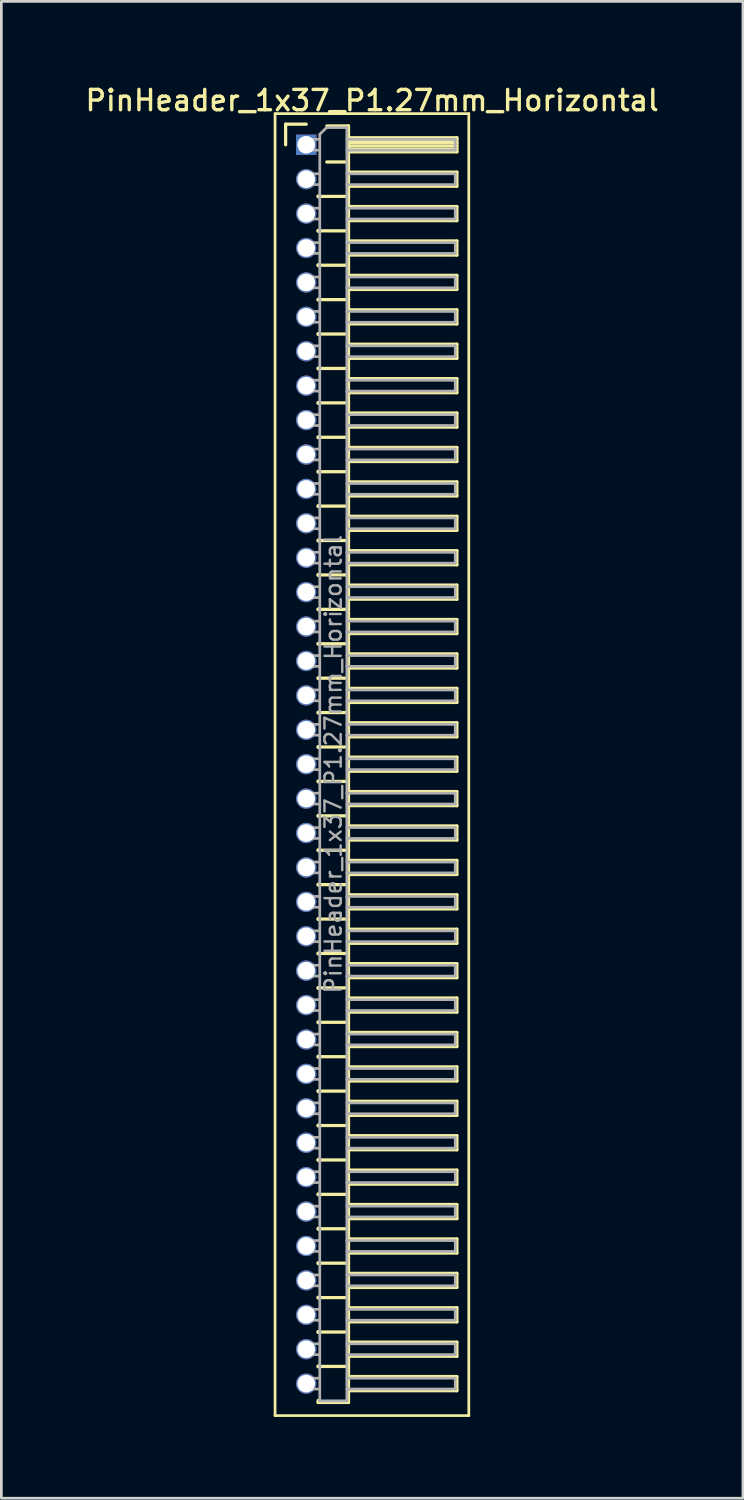
<source format=kicad_pcb>
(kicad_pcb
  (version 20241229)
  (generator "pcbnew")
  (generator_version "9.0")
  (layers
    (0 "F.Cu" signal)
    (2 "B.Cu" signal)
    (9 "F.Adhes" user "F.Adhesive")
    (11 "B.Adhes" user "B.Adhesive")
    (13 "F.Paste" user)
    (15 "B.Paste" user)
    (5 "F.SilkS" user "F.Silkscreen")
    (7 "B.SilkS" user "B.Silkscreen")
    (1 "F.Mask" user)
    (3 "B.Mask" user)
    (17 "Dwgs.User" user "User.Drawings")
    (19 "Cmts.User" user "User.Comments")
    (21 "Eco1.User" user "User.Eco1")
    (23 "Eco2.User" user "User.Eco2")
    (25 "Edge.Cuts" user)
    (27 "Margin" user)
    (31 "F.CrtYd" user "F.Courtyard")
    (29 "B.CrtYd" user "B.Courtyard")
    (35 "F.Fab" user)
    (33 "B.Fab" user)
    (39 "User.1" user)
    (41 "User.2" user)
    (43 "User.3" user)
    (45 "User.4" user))
  (footprint "PinHeader_1x37_P1.27mm_Horizontal"
    (layer "F.Cu")
    (at 8.251 2.293)
    (property "Reference" "PinHeader_1x37_P1.27mm_Horizontal" (at 2.433 -1.635 0) (layer "F.SilkS") (effects (font (size 0.75 0.75) (thickness 0.125))))
    (attr through_hole)
    (fp_line (start -1.15 -1.15) (end -1.15 46.9) (stroke (width 0.1) (type solid)) (layer "F.SilkS"))
    (fp_line (start -1.15 46.9) (end 6 46.9) (stroke (width 0.1) (type solid)) (layer "F.SilkS"))
    (fp_line (start -0.76 -0.76) (end 0 -0.76) (stroke (width 0.12) (type solid)) (layer "F.SilkS"))
    (fp_line (start -0.76 0) (end -0.76 -0.76) (stroke (width 0.12) (type solid)) (layer "F.SilkS"))
    (fp_line (start 0.44 1.89) (end 0.44 1.92) (stroke (width 0.12) (type solid)) (layer "F.SilkS"))
    (fp_line (start 0.44 1.905) (end 1.56 1.905) (stroke (width 0.12) (type solid)) (layer "F.SilkS"))
    (fp_line (start 0.44 3.16) (end 0.44 3.19) (stroke (width 0.12) (type solid)) (layer "F.SilkS"))
    (fp_line (start 0.44 3.175) (end 1.56 3.175) (stroke (width 0.12) (type solid)) (layer "F.SilkS"))
    (fp_line (start 0.44 4.43) (end 0.44 4.46) (stroke (width 0.12) (type solid)) (layer "F.SilkS"))
    (fp_line (start 0.44 4.445) (end 1.56 4.445) (stroke (width 0.12) (type solid)) (layer "F.SilkS"))
    (fp_line (start 0.44 5.7) (end 0.44 5.73) (stroke (width 0.12) (type solid)) (layer "F.SilkS"))
    (fp_line (start 0.44 5.715) (end 1.56 5.715) (stroke (width 0.12) (type solid)) (layer "F.SilkS"))
    (fp_line (start 0.44 6.97) (end 0.44 7) (stroke (width 0.12) (type solid)) (layer "F.SilkS"))
    (fp_line (start 0.44 6.985) (end 1.56 6.985) (stroke (width 0.12) (type solid)) (layer "F.SilkS"))
    (fp_line (start 0.44 8.24) (end 0.44 8.27) (stroke (width 0.12) (type solid)) (layer "F.SilkS"))
    (fp_line (start 0.44 8.255) (end 1.56 8.255) (stroke (width 0.12) (type solid)) (layer "F.SilkS"))
    (fp_line (start 0.44 9.51) (end 0.44 9.54) (stroke (width 0.12) (type solid)) (layer "F.SilkS"))
    (fp_line (start 0.44 9.525) (end 1.56 9.525) (stroke (width 0.12) (type solid)) (layer "F.SilkS"))
    (fp_line (start 0.44 10.78) (end 0.44 10.81) (stroke (width 0.12) (type solid)) (layer "F.SilkS"))
    (fp_line (start 0.44 10.795) (end 1.56 10.795) (stroke (width 0.12) (type solid)) (layer "F.SilkS"))
    (fp_line (start 0.44 12.05) (end 0.44 12.08) (stroke (width 0.12) (type solid)) (layer "F.SilkS"))
    (fp_line (start 0.44 12.065) (end 1.56 12.065) (stroke (width 0.12) (type solid)) (layer "F.SilkS"))
    (fp_line (start 0.44 13.32) (end 0.44 13.35) (stroke (width 0.12) (type solid)) (layer "F.SilkS"))
    (fp_line (start 0.44 13.335) (end 1.56 13.335) (stroke (width 0.12) (type solid)) (layer "F.SilkS"))
    (fp_line (start 0.44 14.59) (end 0.44 14.62) (stroke (width 0.12) (type solid)) (layer "F.SilkS"))
    (fp_line (start 0.44 14.605) (end 1.56 14.605) (stroke (width 0.12) (type solid)) (layer "F.SilkS"))
    (fp_line (start 0.44 15.86) (end 0.44 15.89) (stroke (width 0.12) (type solid)) (layer "F.SilkS"))
    (fp_line (start 0.44 15.875) (end 1.56 15.875) (stroke (width 0.12) (type solid)) (layer "F.SilkS"))
    (fp_line (start 0.44 17.13) (end 0.44 17.16) (stroke (width 0.12) (type solid)) (layer "F.SilkS"))
    (fp_line (start 0.44 17.145) (end 1.56 17.145) (stroke (width 0.12) (type solid)) (layer "F.SilkS"))
    (fp_line (start 0.44 18.4) (end 0.44 18.43) (stroke (width 0.12) (type solid)) (layer "F.SilkS"))
    (fp_line (start 0.44 18.415) (end 1.56 18.415) (stroke (width 0.12) (type solid)) (layer "F.SilkS"))
    (fp_line (start 0.44 19.67) (end 0.44 19.7) (stroke (width 0.12) (type solid)) (layer "F.SilkS"))
    (fp_line (start 0.44 19.685) (end 1.56 19.685) (stroke (width 0.12) (type solid)) (layer "F.SilkS"))
    (fp_line (start 0.44 20.94) (end 0.44 20.97) (stroke (width 0.12) (type solid)) (layer "F.SilkS"))
    (fp_line (start 0.44 20.955) (end 1.56 20.955) (stroke (width 0.12) (type solid)) (layer "F.SilkS"))
    (fp_line (start 0.44 22.21) (end 0.44 22.24) (stroke (width 0.12) (type solid)) (layer "F.SilkS"))
    (fp_line (start 0.44 22.225) (end 1.56 22.225) (stroke (width 0.12) (type solid)) (layer "F.SilkS"))
    (fp_line (start 0.44 23.48) (end 0.44 23.51) (stroke (width 0.12) (type solid)) (layer "F.SilkS"))
    (fp_line (start 0.44 23.495) (end 1.56 23.495) (stroke (width 0.12) (type solid)) (layer "F.SilkS"))
    (fp_line (start 0.44 24.75) (end 0.44 24.78) (stroke (width 0.12) (type solid)) (layer "F.SilkS"))
    (fp_line (start 0.44 24.765) (end 1.56 24.765) (stroke (width 0.12) (type solid)) (layer "F.SilkS"))
    (fp_line (start 0.44 26.02) (end 0.44 26.05) (stroke (width 0.12) (type solid)) (layer "F.SilkS"))
    (fp_line (start 0.44 26.035) (end 1.56 26.035) (stroke (width 0.12) (type solid)) (layer "F.SilkS"))
    (fp_line (start 0.44 27.29) (end 0.44 27.32) (stroke (width 0.12) (type solid)) (layer "F.SilkS"))
    (fp_line (start 0.44 27.305) (end 1.56 27.305) (stroke (width 0.12) (type solid)) (layer "F.SilkS"))
    (fp_line (start 0.44 28.56) (end 0.44 28.59) (stroke (width 0.12) (type solid)) (layer "F.SilkS"))
    (fp_line (start 0.44 28.575) (end 1.56 28.575) (stroke (width 0.12) (type solid)) (layer "F.SilkS"))
    (fp_line (start 0.44 29.83) (end 0.44 29.86) (stroke (width 0.12) (type solid)) (layer "F.SilkS"))
    (fp_line (start 0.44 29.845) (end 1.56 29.845) (stroke (width 0.12) (type solid)) (layer "F.SilkS"))
    (fp_line (start 0.44 31.1) (end 0.44 31.13) (stroke (width 0.12) (type solid)) (layer "F.SilkS"))
    (fp_line (start 0.44 31.115) (end 1.56 31.115) (stroke (width 0.12) (type solid)) (layer "F.SilkS"))
    (fp_line (start 0.44 32.37) (end 0.44 32.4) (stroke (width 0.12) (type solid)) (layer "F.SilkS"))
    (fp_line (start 0.44 32.385) (end 1.56 32.385) (stroke (width 0.12) (type solid)) (layer "F.SilkS"))
    (fp_line (start 0.44 33.64) (end 0.44 33.67) (stroke (width 0.12) (type solid)) (layer "F.SilkS"))
    (fp_line (start 0.44 33.655) (end 1.56 33.655) (stroke (width 0.12) (type solid)) (layer "F.SilkS"))
    (fp_line (start 0.44 34.91) (end 0.44 34.94) (stroke (width 0.12) (type solid)) (layer "F.SilkS"))
    (fp_line (start 0.44 34.925) (end 1.56 34.925) (stroke (width 0.12) (type solid)) (layer "F.SilkS"))
    (fp_line (start 0.44 36.18) (end 0.44 36.21) (stroke (width 0.12) (type solid)) (layer "F.SilkS"))
    (fp_line (start 0.44 36.195) (end 1.56 36.195) (stroke (width 0.12) (type solid)) (layer "F.SilkS"))
    (fp_line (start 0.44 37.45) (end 0.44 37.48) (stroke (width 0.12) (type solid)) (layer "F.SilkS"))
    (fp_line (start 0.44 37.465) (end 1.56 37.465) (stroke (width 0.12) (type solid)) (layer "F.SilkS"))
    (fp_line (start 0.44 38.72) (end 0.44 38.75) (stroke (width 0.12) (type solid)) (layer "F.SilkS"))
    (fp_line (start 0.44 38.735) (end 1.56 38.735) (stroke (width 0.12) (type solid)) (layer "F.SilkS"))
    (fp_line (start 0.44 39.99) (end 0.44 40.02) (stroke (width 0.12) (type solid)) (layer "F.SilkS"))
    (fp_line (start 0.44 40.005) (end 1.56 40.005) (stroke (width 0.12) (type solid)) (layer "F.SilkS"))
    (fp_line (start 0.44 41.26) (end 0.44 41.29) (stroke (width 0.12) (type solid)) (layer "F.SilkS"))
    (fp_line (start 0.44 41.275) (end 1.56 41.275) (stroke (width 0.12) (type solid)) (layer "F.SilkS"))
    (fp_line (start 0.44 42.53) (end 0.44 42.56) (stroke (width 0.12) (type solid)) (layer "F.SilkS"))
    (fp_line (start 0.44 42.545) (end 1.56 42.545) (stroke (width 0.12) (type solid)) (layer "F.SilkS"))
    (fp_line (start 0.44 43.8) (end 0.44 43.83) (stroke (width 0.12) (type solid)) (layer "F.SilkS"))
    (fp_line (start 0.44 43.815) (end 1.56 43.815) (stroke (width 0.12) (type solid)) (layer "F.SilkS"))
    (fp_line (start 0.44 45.07) (end 0.44 45.1) (stroke (width 0.12) (type solid)) (layer "F.SilkS"))
    (fp_line (start 0.44 45.085) (end 1.56 45.085) (stroke (width 0.12) (type solid)) (layer "F.SilkS"))
    (fp_line (start 0.44 46.415) (end 0.44 46.34) (stroke (width 0.12) (type solid)) (layer "F.SilkS"))
    (fp_line (start 0.76 -0.695) (end 1.56 -0.695) (stroke (width 0.12) (type solid)) (layer "F.SilkS"))
    (fp_line (start 0.76 0.635) (end 1.56 0.635) (stroke (width 0.12) (type solid)) (layer "F.SilkS"))
    (fp_line (start 1.56 -0.695) (end 1.56 46.415) (stroke (width 0.12) (type solid)) (layer "F.SilkS"))
    (fp_line (start 1.56 -0.26) (end 5.56 -0.26) (stroke (width 0.12) (type solid)) (layer "F.SilkS"))
    (fp_line (start 1.56 -0.2) (end 5.56 -0.2) (stroke (width 0.12) (type solid)) (layer "F.SilkS"))
    (fp_line (start 1.56 -0.08) (end 5.56 -0.08) (stroke (width 0.12) (type solid)) (layer "F.SilkS"))
    (fp_line (start 1.56 0.04) (end 5.56 0.04) (stroke (width 0.12) (type solid)) (layer "F.SilkS"))
    (fp_line (start 1.56 0.16) (end 5.56 0.16) (stroke (width 0.12) (type solid)) (layer "F.SilkS"))
    (fp_line (start 1.56 1.01) (end 5.56 1.01) (stroke (width 0.12) (type solid)) (layer "F.SilkS"))
    (fp_line (start 1.56 2.28) (end 5.56 2.28) (stroke (width 0.12) (type solid)) (layer "F.SilkS"))
    (fp_line (start 1.56 3.55) (end 5.56 3.55) (stroke (width 0.12) (type solid)) (layer "F.SilkS"))
    (fp_line (start 1.56 4.82) (end 5.56 4.82) (stroke (width 0.12) (type solid)) (layer "F.SilkS"))
    (fp_line (start 1.56 6.09) (end 5.56 6.09) (stroke (width 0.12) (type solid)) (layer "F.SilkS"))
    (fp_line (start 1.56 7.36) (end 5.56 7.36) (stroke (width 0.12) (type solid)) (layer "F.SilkS"))
    (fp_line (start 1.56 8.63) (end 5.56 8.63) (stroke (width 0.12) (type solid)) (layer "F.SilkS"))
    (fp_line (start 1.56 9.9) (end 5.56 9.9) (stroke (width 0.12) (type solid)) (layer "F.SilkS"))
    (fp_line (start 1.56 11.17) (end 5.56 11.17) (stroke (width 0.12) (type solid)) (layer "F.SilkS"))
    (fp_line (start 1.56 12.44) (end 5.56 12.44) (stroke (width 0.12) (type solid)) (layer "F.SilkS"))
    (fp_line (start 1.56 13.71) (end 5.56 13.71) (stroke (width 0.12) (type solid)) (layer "F.SilkS"))
    (fp_line (start 1.56 14.98) (end 5.56 14.98) (stroke (width 0.12) (type solid)) (layer "F.SilkS"))
    (fp_line (start 1.56 16.25) (end 5.56 16.25) (stroke (width 0.12) (type solid)) (layer "F.SilkS"))
    (fp_line (start 1.56 17.52) (end 5.56 17.52) (stroke (width 0.12) (type solid)) (layer "F.SilkS"))
    (fp_line (start 1.56 18.79) (end 5.56 18.79) (stroke (width 0.12) (type solid)) (layer "F.SilkS"))
    (fp_line (start 1.56 20.06) (end 5.56 20.06) (stroke (width 0.12) (type solid)) (layer "F.SilkS"))
    (fp_line (start 1.56 21.33) (end 5.56 21.33) (stroke (width 0.12) (type solid)) (layer "F.SilkS"))
    (fp_line (start 1.56 22.6) (end 5.56 22.6) (stroke (width 0.12) (type solid)) (layer "F.SilkS"))
    (fp_line (start 1.56 23.87) (end 5.56 23.87) (stroke (width 0.12) (type solid)) (layer "F.SilkS"))
    (fp_line (start 1.56 25.14) (end 5.56 25.14) (stroke (width 0.12) (type solid)) (layer "F.SilkS"))
    (fp_line (start 1.56 26.41) (end 5.56 26.41) (stroke (width 0.12) (type solid)) (layer "F.SilkS"))
    (fp_line (start 1.56 27.68) (end 5.56 27.68) (stroke (width 0.12) (type solid)) (layer "F.SilkS"))
    (fp_line (start 1.56 28.95) (end 5.56 28.95) (stroke (width 0.12) (type solid)) (layer "F.SilkS"))
    (fp_line (start 1.56 30.22) (end 5.56 30.22) (stroke (width 0.12) (type solid)) (layer "F.SilkS"))
    (fp_line (start 1.56 31.49) (end 5.56 31.49) (stroke (width 0.12) (type solid)) (layer "F.SilkS"))
    (fp_line (start 1.56 32.76) (end 5.56 32.76) (stroke (width 0.12) (type solid)) (layer "F.SilkS"))
    (fp_line (start 1.56 34.03) (end 5.56 34.03) (stroke (width 0.12) (type solid)) (layer "F.SilkS"))
    (fp_line (start 1.56 35.3) (end 5.56 35.3) (stroke (width 0.12) (type solid)) (layer "F.SilkS"))
    (fp_line (start 1.56 36.57) (end 5.56 36.57) (stroke (width 0.12) (type solid)) (layer "F.SilkS"))
    (fp_line (start 1.56 37.84) (end 5.56 37.84) (stroke (width 0.12) (type solid)) (layer "F.SilkS"))
    (fp_line (start 1.56 39.11) (end 5.56 39.11) (stroke (width 0.12) (type solid)) (layer "F.SilkS"))
    (fp_line (start 1.56 40.38) (end 5.56 40.38) (stroke (width 0.12) (type solid)) (layer "F.SilkS"))
    (fp_line (start 1.56 41.65) (end 5.56 41.65) (stroke (width 0.12) (type solid)) (layer "F.SilkS"))
    (fp_line (start 1.56 42.92) (end 5.56 42.92) (stroke (width 0.12) (type solid)) (layer "F.SilkS"))
    (fp_line (start 1.56 44.19) (end 5.56 44.19) (stroke (width 0.12) (type solid)) (layer "F.SilkS"))
    (fp_line (start 1.56 45.46) (end 5.56 45.46) (stroke (width 0.12) (type solid)) (layer "F.SilkS"))
    (fp_line (start 1.56 46.415) (end 0.44 46.415) (stroke (width 0.12) (type solid)) (layer "F.SilkS"))
    (fp_line (start 5.56 -0.26) (end 5.56 0.26) (stroke (width 0.12) (type solid)) (layer "F.SilkS"))
    (fp_line (start 5.56 0.26) (end 1.56 0.26) (stroke (width 0.12) (type solid)) (layer "F.SilkS"))
    (fp_line (start 5.56 1.01) (end 5.56 1.53) (stroke (width 0.12) (type solid)) (layer "F.SilkS"))
    (fp_line (start 5.56 1.53) (end 1.56 1.53) (stroke (width 0.12) (type solid)) (layer "F.SilkS"))
    (fp_line (start 5.56 2.28) (end 5.56 2.8) (stroke (width 0.12) (type solid)) (layer "F.SilkS"))
    (fp_line (start 5.56 2.8) (end 1.56 2.8) (stroke (width 0.12) (type solid)) (layer "F.SilkS"))
    (fp_line (start 5.56 3.55) (end 5.56 4.07) (stroke (width 0.12) (type solid)) (layer "F.SilkS"))
    (fp_line (start 5.56 4.07) (end 1.56 4.07) (stroke (width 0.12) (type solid)) (layer "F.SilkS"))
    (fp_line (start 5.56 4.82) (end 5.56 5.34) (stroke (width 0.12) (type solid)) (layer "F.SilkS"))
    (fp_line (start 5.56 5.34) (end 1.56 5.34) (stroke (width 0.12) (type solid)) (layer "F.SilkS"))
    (fp_line (start 5.56 6.09) (end 5.56 6.61) (stroke (width 0.12) (type solid)) (layer "F.SilkS"))
    (fp_line (start 5.56 6.61) (end 1.56 6.61) (stroke (width 0.12) (type solid)) (layer "F.SilkS"))
    (fp_line (start 5.56 7.36) (end 5.56 7.88) (stroke (width 0.12) (type solid)) (layer "F.SilkS"))
    (fp_line (start 5.56 7.88) (end 1.56 7.88) (stroke (width 0.12) (type solid)) (layer "F.SilkS"))
    (fp_line (start 5.56 8.63) (end 5.56 9.15) (stroke (width 0.12) (type solid)) (layer "F.SilkS"))
    (fp_line (start 5.56 9.15) (end 1.56 9.15) (stroke (width 0.12) (type solid)) (layer "F.SilkS"))
    (fp_line (start 5.56 9.9) (end 5.56 10.42) (stroke (width 0.12) (type solid)) (layer "F.SilkS"))
    (fp_line (start 5.56 10.42) (end 1.56 10.42) (stroke (width 0.12) (type solid)) (layer "F.SilkS"))
    (fp_line (start 5.56 11.17) (end 5.56 11.69) (stroke (width 0.12) (type solid)) (layer "F.SilkS"))
    (fp_line (start 5.56 11.69) (end 1.56 11.69) (stroke (width 0.12) (type solid)) (layer "F.SilkS"))
    (fp_line (start 5.56 12.44) (end 5.56 12.96) (stroke (width 0.12) (type solid)) (layer "F.SilkS"))
    (fp_line (start 5.56 12.96) (end 1.56 12.96) (stroke (width 0.12) (type solid)) (layer "F.SilkS"))
    (fp_line (start 5.56 13.71) (end 5.56 14.23) (stroke (width 0.12) (type solid)) (layer "F.SilkS"))
    (fp_line (start 5.56 14.23) (end 1.56 14.23) (stroke (width 0.12) (type solid)) (layer "F.SilkS"))
    (fp_line (start 5.56 14.98) (end 5.56 15.5) (stroke (width 0.12) (type solid)) (layer "F.SilkS"))
    (fp_line (start 5.56 15.5) (end 1.56 15.5) (stroke (width 0.12) (type solid)) (layer "F.SilkS"))
    (fp_line (start 5.56 16.25) (end 5.56 16.77) (stroke (width 0.12) (type solid)) (layer "F.SilkS"))
    (fp_line (start 5.56 16.77) (end 1.56 16.77) (stroke (width 0.12) (type solid)) (layer "F.SilkS"))
    (fp_line (start 5.56 17.52) (end 5.56 18.04) (stroke (width 0.12) (type solid)) (layer "F.SilkS"))
    (fp_line (start 5.56 18.04) (end 1.56 18.04) (stroke (width 0.12) (type solid)) (layer "F.SilkS"))
    (fp_line (start 5.56 18.79) (end 5.56 19.31) (stroke (width 0.12) (type solid)) (layer "F.SilkS"))
    (fp_line (start 5.56 19.31) (end 1.56 19.31) (stroke (width 0.12) (type solid)) (layer "F.SilkS"))
    (fp_line (start 5.56 20.06) (end 5.56 20.58) (stroke (width 0.12) (type solid)) (layer "F.SilkS"))
    (fp_line (start 5.56 20.58) (end 1.56 20.58) (stroke (width 0.12) (type solid)) (layer "F.SilkS"))
    (fp_line (start 5.56 21.33) (end 5.56 21.85) (stroke (width 0.12) (type solid)) (layer "F.SilkS"))
    (fp_line (start 5.56 21.85) (end 1.56 21.85) (stroke (width 0.12) (type solid)) (layer "F.SilkS"))
    (fp_line (start 5.56 22.6) (end 5.56 23.12) (stroke (width 0.12) (type solid)) (layer "F.SilkS"))
    (fp_line (start 5.56 23.12) (end 1.56 23.12) (stroke (width 0.12) (type solid)) (layer "F.SilkS"))
    (fp_line (start 5.56 23.87) (end 5.56 24.39) (stroke (width 0.12) (type solid)) (layer "F.SilkS"))
    (fp_line (start 5.56 24.39) (end 1.56 24.39) (stroke (width 0.12) (type solid)) (layer "F.SilkS"))
    (fp_line (start 5.56 25.14) (end 5.56 25.66) (stroke (width 0.12) (type solid)) (layer "F.SilkS"))
    (fp_line (start 5.56 25.66) (end 1.56 25.66) (stroke (width 0.12) (type solid)) (layer "F.SilkS"))
    (fp_line (start 5.56 26.41) (end 5.56 26.93) (stroke (width 0.12) (type solid)) (layer "F.SilkS"))
    (fp_line (start 5.56 26.93) (end 1.56 26.93) (stroke (width 0.12) (type solid)) (layer "F.SilkS"))
    (fp_line (start 5.56 27.68) (end 5.56 28.2) (stroke (width 0.12) (type solid)) (layer "F.SilkS"))
    (fp_line (start 5.56 28.2) (end 1.56 28.2) (stroke (width 0.12) (type solid)) (layer "F.SilkS"))
    (fp_line (start 5.56 28.95) (end 5.56 29.47) (stroke (width 0.12) (type solid)) (layer "F.SilkS"))
    (fp_line (start 5.56 29.47) (end 1.56 29.47) (stroke (width 0.12) (type solid)) (layer "F.SilkS"))
    (fp_line (start 5.56 30.22) (end 5.56 30.74) (stroke (width 0.12) (type solid)) (layer "F.SilkS"))
    (fp_line (start 5.56 30.74) (end 1.56 30.74) (stroke (width 0.12) (type solid)) (layer "F.SilkS"))
    (fp_line (start 5.56 31.49) (end 5.56 32.01) (stroke (width 0.12) (type solid)) (layer "F.SilkS"))
    (fp_line (start 5.56 32.01) (end 1.56 32.01) (stroke (width 0.12) (type solid)) (layer "F.SilkS"))
    (fp_line (start 5.56 32.76) (end 5.56 33.28) (stroke (width 0.12) (type solid)) (layer "F.SilkS"))
    (fp_line (start 5.56 33.28) (end 1.56 33.28) (stroke (width 0.12) (type solid)) (layer "F.SilkS"))
    (fp_line (start 5.56 34.03) (end 5.56 34.55) (stroke (width 0.12) (type solid)) (layer "F.SilkS"))
    (fp_line (start 5.56 34.55) (end 1.56 34.55) (stroke (width 0.12) (type solid)) (layer "F.SilkS"))
    (fp_line (start 5.56 35.3) (end 5.56 35.82) (stroke (width 0.12) (type solid)) (layer "F.SilkS"))
    (fp_line (start 5.56 35.82) (end 1.56 35.82) (stroke (width 0.12) (type solid)) (layer "F.SilkS"))
    (fp_line (start 5.56 36.57) (end 5.56 37.09) (stroke (width 0.12) (type solid)) (layer "F.SilkS"))
    (fp_line (start 5.56 37.09) (end 1.56 37.09) (stroke (width 0.12) (type solid)) (layer "F.SilkS"))
    (fp_line (start 5.56 37.84) (end 5.56 38.36) (stroke (width 0.12) (type solid)) (layer "F.SilkS"))
    (fp_line (start 5.56 38.36) (end 1.56 38.36) (stroke (width 0.12) (type solid)) (layer "F.SilkS"))
    (fp_line (start 5.56 39.11) (end 5.56 39.63) (stroke (width 0.12) (type solid)) (layer "F.SilkS"))
    (fp_line (start 5.56 39.63) (end 1.56 39.63) (stroke (width 0.12) (type solid)) (layer "F.SilkS"))
    (fp_line (start 5.56 40.38) (end 5.56 40.9) (stroke (width 0.12) (type solid)) (layer "F.SilkS"))
    (fp_line (start 5.56 40.9) (end 1.56 40.9) (stroke (width 0.12) (type solid)) (layer "F.SilkS"))
    (fp_line (start 5.56 41.65) (end 5.56 42.17) (stroke (width 0.12) (type solid)) (layer "F.SilkS"))
    (fp_line (start 5.56 42.17) (end 1.56 42.17) (stroke (width 0.12) (type solid)) (layer "F.SilkS"))
    (fp_line (start 5.56 42.92) (end 5.56 43.44) (stroke (width 0.12) (type solid)) (layer "F.SilkS"))
    (fp_line (start 5.56 43.44) (end 1.56 43.44) (stroke (width 0.12) (type solid)) (layer "F.SilkS"))
    (fp_line (start 5.56 44.19) (end 5.56 44.71) (stroke (width 0.12) (type solid)) (layer "F.SilkS"))
    (fp_line (start 5.56 44.71) (end 1.56 44.71) (stroke (width 0.12) (type solid)) (layer "F.SilkS"))
    (fp_line (start 5.56 45.46) (end 5.56 45.98) (stroke (width 0.12) (type solid)) (layer "F.SilkS"))
    (fp_line (start 5.56 45.98) (end 1.56 45.98) (stroke (width 0.12) (type solid)) (layer "F.SilkS"))
    (fp_line (start 6 -1.15) (end -1.15 -1.15) (stroke (width 0.1) (type solid)) (layer "F.SilkS"))
    (fp_line (start 6 46.9) (end 6 -1.15) (stroke (width 0.1) (type solid)) (layer "F.SilkS"))
    (fp_line (start -0.2 -0.2) (end -0.2 0.2) (stroke (width 0.1) (type solid)) (layer "F.Fab"))
    (fp_line (start -0.2 -0.2) (end 0.5 -0.2) (stroke (width 0.1) (type solid)) (layer "F.Fab"))
    (fp_line (start -0.2 0.2) (end 0.5 0.2) (stroke (width 0.1) (type solid)) (layer "F.Fab"))
    (fp_line (start -0.2 1.07) (end -0.2 1.47) (stroke (width 0.1) (type solid)) (layer "F.Fab"))
    (fp_line (start -0.2 1.07) (end 0.5 1.07) (stroke (width 0.1) (type solid)) (layer "F.Fab"))
    (fp_line (start -0.2 1.47) (end 0.5 1.47) (stroke (width 0.1) (type solid)) (layer "F.Fab"))
    (fp_line (start -0.2 2.34) (end -0.2 2.74) (stroke (width 0.1) (type solid)) (layer "F.Fab"))
    (fp_line (start -0.2 2.34) (end 0.5 2.34) (stroke (width 0.1) (type solid)) (layer "F.Fab"))
    (fp_line (start -0.2 2.74) (end 0.5 2.74) (stroke (width 0.1) (type solid)) (layer "F.Fab"))
    (fp_line (start -0.2 3.61) (end -0.2 4.01) (stroke (width 0.1) (type solid)) (layer "F.Fab"))
    (fp_line (start -0.2 3.61) (end 0.5 3.61) (stroke (width 0.1) (type solid)) (layer "F.Fab"))
    (fp_line (start -0.2 4.01) (end 0.5 4.01) (stroke (width 0.1) (type solid)) (layer "F.Fab"))
    (fp_line (start -0.2 4.88) (end -0.2 5.28) (stroke (width 0.1) (type solid)) (layer "F.Fab"))
    (fp_line (start -0.2 4.88) (end 0.5 4.88) (stroke (width 0.1) (type solid)) (layer "F.Fab"))
    (fp_line (start -0.2 5.28) (end 0.5 5.28) (stroke (width 0.1) (type solid)) (layer "F.Fab"))
    (fp_line (start -0.2 6.15) (end -0.2 6.55) (stroke (width 0.1) (type solid)) (layer "F.Fab"))
    (fp_line (start -0.2 6.15) (end 0.5 6.15) (stroke (width 0.1) (type solid)) (layer "F.Fab"))
    (fp_line (start -0.2 6.55) (end 0.5 6.55) (stroke (width 0.1) (type solid)) (layer "F.Fab"))
    (fp_line (start -0.2 7.42) (end -0.2 7.82) (stroke (width 0.1) (type solid)) (layer "F.Fab"))
    (fp_line (start -0.2 7.42) (end 0.5 7.42) (stroke (width 0.1) (type solid)) (layer "F.Fab"))
    (fp_line (start -0.2 7.82) (end 0.5 7.82) (stroke (width 0.1) (type solid)) (layer "F.Fab"))
    (fp_line (start -0.2 8.69) (end -0.2 9.09) (stroke (width 0.1) (type solid)) (layer "F.Fab"))
    (fp_line (start -0.2 8.69) (end 0.5 8.69) (stroke (width 0.1) (type solid)) (layer "F.Fab"))
    (fp_line (start -0.2 9.09) (end 0.5 9.09) (stroke (width 0.1) (type solid)) (layer "F.Fab"))
    (fp_line (start -0.2 9.96) (end -0.2 10.36) (stroke (width 0.1) (type solid)) (layer "F.Fab"))
    (fp_line (start -0.2 9.96) (end 0.5 9.96) (stroke (width 0.1) (type solid)) (layer "F.Fab"))
    (fp_line (start -0.2 10.36) (end 0.5 10.36) (stroke (width 0.1) (type solid)) (layer "F.Fab"))
    (fp_line (start -0.2 11.23) (end -0.2 11.63) (stroke (width 0.1) (type solid)) (layer "F.Fab"))
    (fp_line (start -0.2 11.23) (end 0.5 11.23) (stroke (width 0.1) (type solid)) (layer "F.Fab"))
    (fp_line (start -0.2 11.63) (end 0.5 11.63) (stroke (width 0.1) (type solid)) (layer "F.Fab"))
    (fp_line (start -0.2 12.5) (end -0.2 12.9) (stroke (width 0.1) (type solid)) (layer "F.Fab"))
    (fp_line (start -0.2 12.5) (end 0.5 12.5) (stroke (width 0.1) (type solid)) (layer "F.Fab"))
    (fp_line (start -0.2 12.9) (end 0.5 12.9) (stroke (width 0.1) (type solid)) (layer "F.Fab"))
    (fp_line (start -0.2 13.77) (end -0.2 14.17) (stroke (width 0.1) (type solid)) (layer "F.Fab"))
    (fp_line (start -0.2 13.77) (end 0.5 13.77) (stroke (width 0.1) (type solid)) (layer "F.Fab"))
    (fp_line (start -0.2 14.17) (end 0.5 14.17) (stroke (width 0.1) (type solid)) (layer "F.Fab"))
    (fp_line (start -0.2 15.04) (end -0.2 15.44) (stroke (width 0.1) (type solid)) (layer "F.Fab"))
    (fp_line (start -0.2 15.04) (end 0.5 15.04) (stroke (width 0.1) (type solid)) (layer "F.Fab"))
    (fp_line (start -0.2 15.44) (end 0.5 15.44) (stroke (width 0.1) (type solid)) (layer "F.Fab"))
    (fp_line (start -0.2 16.31) (end -0.2 16.71) (stroke (width 0.1) (type solid)) (layer "F.Fab"))
    (fp_line (start -0.2 16.31) (end 0.5 16.31) (stroke (width 0.1) (type solid)) (layer "F.Fab"))
    (fp_line (start -0.2 16.71) (end 0.5 16.71) (stroke (width 0.1) (type solid)) (layer "F.Fab"))
    (fp_line (start -0.2 17.58) (end -0.2 17.98) (stroke (width 0.1) (type solid)) (layer "F.Fab"))
    (fp_line (start -0.2 17.58) (end 0.5 17.58) (stroke (width 0.1) (type solid)) (layer "F.Fab"))
    (fp_line (start -0.2 17.98) (end 0.5 17.98) (stroke (width 0.1) (type solid)) (layer "F.Fab"))
    (fp_line (start -0.2 18.85) (end -0.2 19.25) (stroke (width 0.1) (type solid)) (layer "F.Fab"))
    (fp_line (start -0.2 18.85) (end 0.5 18.85) (stroke (width 0.1) (type solid)) (layer "F.Fab"))
    (fp_line (start -0.2 19.25) (end 0.5 19.25) (stroke (width 0.1) (type solid)) (layer "F.Fab"))
    (fp_line (start -0.2 20.12) (end -0.2 20.52) (stroke (width 0.1) (type solid)) (layer "F.Fab"))
    (fp_line (start -0.2 20.12) (end 0.5 20.12) (stroke (width 0.1) (type solid)) (layer "F.Fab"))
    (fp_line (start -0.2 20.52) (end 0.5 20.52) (stroke (width 0.1) (type solid)) (layer "F.Fab"))
    (fp_line (start -0.2 21.39) (end -0.2 21.79) (stroke (width 0.1) (type solid)) (layer "F.Fab"))
    (fp_line (start -0.2 21.39) (end 0.5 21.39) (stroke (width 0.1) (type solid)) (layer "F.Fab"))
    (fp_line (start -0.2 21.79) (end 0.5 21.79) (stroke (width 0.1) (type solid)) (layer "F.Fab"))
    (fp_line (start -0.2 22.66) (end -0.2 23.06) (stroke (width 0.1) (type solid)) (layer "F.Fab"))
    (fp_line (start -0.2 22.66) (end 0.5 22.66) (stroke (width 0.1) (type solid)) (layer "F.Fab"))
    (fp_line (start -0.2 23.06) (end 0.5 23.06) (stroke (width 0.1) (type solid)) (layer "F.Fab"))
    (fp_line (start -0.2 23.93) (end -0.2 24.33) (stroke (width 0.1) (type solid)) (layer "F.Fab"))
    (fp_line (start -0.2 23.93) (end 0.5 23.93) (stroke (width 0.1) (type solid)) (layer "F.Fab"))
    (fp_line (start -0.2 24.33) (end 0.5 24.33) (stroke (width 0.1) (type solid)) (layer "F.Fab"))
    (fp_line (start -0.2 25.2) (end -0.2 25.6) (stroke (width 0.1) (type solid)) (layer "F.Fab"))
    (fp_line (start -0.2 25.2) (end 0.5 25.2) (stroke (width 0.1) (type solid)) (layer "F.Fab"))
    (fp_line (start -0.2 25.6) (end 0.5 25.6) (stroke (width 0.1) (type solid)) (layer "F.Fab"))
    (fp_line (start -0.2 26.47) (end -0.2 26.87) (stroke (width 0.1) (type solid)) (layer "F.Fab"))
    (fp_line (start -0.2 26.47) (end 0.5 26.47) (stroke (width 0.1) (type solid)) (layer "F.Fab"))
    (fp_line (start -0.2 26.87) (end 0.5 26.87) (stroke (width 0.1) (type solid)) (layer "F.Fab"))
    (fp_line (start -0.2 27.74) (end -0.2 28.14) (stroke (width 0.1) (type solid)) (layer "F.Fab"))
    (fp_line (start -0.2 27.74) (end 0.5 27.74) (stroke (width 0.1) (type solid)) (layer "F.Fab"))
    (fp_line (start -0.2 28.14) (end 0.5 28.14) (stroke (width 0.1) (type solid)) (layer "F.Fab"))
    (fp_line (start -0.2 29.01) (end -0.2 29.41) (stroke (width 0.1) (type solid)) (layer "F.Fab"))
    (fp_line (start -0.2 29.01) (end 0.5 29.01) (stroke (width 0.1) (type solid)) (layer "F.Fab"))
    (fp_line (start -0.2 29.41) (end 0.5 29.41) (stroke (width 0.1) (type solid)) (layer "F.Fab"))
    (fp_line (start -0.2 30.28) (end -0.2 30.68) (stroke (width 0.1) (type solid)) (layer "F.Fab"))
    (fp_line (start -0.2 30.28) (end 0.5 30.28) (stroke (width 0.1) (type solid)) (layer "F.Fab"))
    (fp_line (start -0.2 30.68) (end 0.5 30.68) (stroke (width 0.1) (type solid)) (layer "F.Fab"))
    (fp_line (start -0.2 31.55) (end -0.2 31.95) (stroke (width 0.1) (type solid)) (layer "F.Fab"))
    (fp_line (start -0.2 31.55) (end 0.5 31.55) (stroke (width 0.1) (type solid)) (layer "F.Fab"))
    (fp_line (start -0.2 31.95) (end 0.5 31.95) (stroke (width 0.1) (type solid)) (layer "F.Fab"))
    (fp_line (start -0.2 32.82) (end -0.2 33.22) (stroke (width 0.1) (type solid)) (layer "F.Fab"))
    (fp_line (start -0.2 32.82) (end 0.5 32.82) (stroke (width 0.1) (type solid)) (layer "F.Fab"))
    (fp_line (start -0.2 33.22) (end 0.5 33.22) (stroke (width 0.1) (type solid)) (layer "F.Fab"))
    (fp_line (start -0.2 34.09) (end -0.2 34.49) (stroke (width 0.1) (type solid)) (layer "F.Fab"))
    (fp_line (start -0.2 34.09) (end 0.5 34.09) (stroke (width 0.1) (type solid)) (layer "F.Fab"))
    (fp_line (start -0.2 34.49) (end 0.5 34.49) (stroke (width 0.1) (type solid)) (layer "F.Fab"))
    (fp_line (start -0.2 35.36) (end -0.2 35.76) (stroke (width 0.1) (type solid)) (layer "F.Fab"))
    (fp_line (start -0.2 35.36) (end 0.5 35.36) (stroke (width 0.1) (type solid)) (layer "F.Fab"))
    (fp_line (start -0.2 35.76) (end 0.5 35.76) (stroke (width 0.1) (type solid)) (layer "F.Fab"))
    (fp_line (start -0.2 36.63) (end -0.2 37.03) (stroke (width 0.1) (type solid)) (layer "F.Fab"))
    (fp_line (start -0.2 36.63) (end 0.5 36.63) (stroke (width 0.1) (type solid)) (layer "F.Fab"))
    (fp_line (start -0.2 37.03) (end 0.5 37.03) (stroke (width 0.1) (type solid)) (layer "F.Fab"))
    (fp_line (start -0.2 37.9) (end -0.2 38.3) (stroke (width 0.1) (type solid)) (layer "F.Fab"))
    (fp_line (start -0.2 37.9) (end 0.5 37.9) (stroke (width 0.1) (type solid)) (layer "F.Fab"))
    (fp_line (start -0.2 38.3) (end 0.5 38.3) (stroke (width 0.1) (type solid)) (layer "F.Fab"))
    (fp_line (start -0.2 39.17) (end -0.2 39.57) (stroke (width 0.1) (type solid)) (layer "F.Fab"))
    (fp_line (start -0.2 39.17) (end 0.5 39.17) (stroke (width 0.1) (type solid)) (layer "F.Fab"))
    (fp_line (start -0.2 39.57) (end 0.5 39.57) (stroke (width 0.1) (type solid)) (layer "F.Fab"))
    (fp_line (start -0.2 40.44) (end -0.2 40.84) (stroke (width 0.1) (type solid)) (layer "F.Fab"))
    (fp_line (start -0.2 40.44) (end 0.5 40.44) (stroke (width 0.1) (type solid)) (layer "F.Fab"))
    (fp_line (start -0.2 40.84) (end 0.5 40.84) (stroke (width 0.1) (type solid)) (layer "F.Fab"))
    (fp_line (start -0.2 41.71) (end -0.2 42.11) (stroke (width 0.1) (type solid)) (layer "F.Fab"))
    (fp_line (start -0.2 41.71) (end 0.5 41.71) (stroke (width 0.1) (type solid)) (layer "F.Fab"))
    (fp_line (start -0.2 42.11) (end 0.5 42.11) (stroke (width 0.1) (type solid)) (layer "F.Fab"))
    (fp_line (start -0.2 42.98) (end -0.2 43.38) (stroke (width 0.1) (type solid)) (layer "F.Fab"))
    (fp_line (start -0.2 42.98) (end 0.5 42.98) (stroke (width 0.1) (type solid)) (layer "F.Fab"))
    (fp_line (start -0.2 43.38) (end 0.5 43.38) (stroke (width 0.1) (type solid)) (layer "F.Fab"))
    (fp_line (start -0.2 44.25) (end -0.2 44.65) (stroke (width 0.1) (type solid)) (layer "F.Fab"))
    (fp_line (start -0.2 44.25) (end 0.5 44.25) (stroke (width 0.1) (type solid)) (layer "F.Fab"))
    (fp_line (start -0.2 44.65) (end 0.5 44.65) (stroke (width 0.1) (type solid)) (layer "F.Fab"))
    (fp_line (start -0.2 45.52) (end -0.2 45.92) (stroke (width 0.1) (type solid)) (layer "F.Fab"))
    (fp_line (start -0.2 45.52) (end 0.5 45.52) (stroke (width 0.1) (type solid)) (layer "F.Fab"))
    (fp_line (start -0.2 45.92) (end 0.5 45.92) (stroke (width 0.1) (type solid)) (layer "F.Fab"))
    (fp_line (start 0.5 -0.385) (end 0.75 -0.635) (stroke (width 0.1) (type solid)) (layer "F.Fab"))
    (fp_line (start 0.5 46.355) (end 0.5 -0.385) (stroke (width 0.1) (type solid)) (layer "F.Fab"))
    (fp_line (start 0.75 -0.635) (end 1.5 -0.635) (stroke (width 0.1) (type solid)) (layer "F.Fab"))
    (fp_line (start 1.5 -0.635) (end 1.5 46.355) (stroke (width 0.1) (type solid)) (layer "F.Fab"))
    (fp_line (start 1.5 -0.2) (end 5.5 -0.2) (stroke (width 0.1) (type solid)) (layer "F.Fab"))
    (fp_line (start 1.5 0.2) (end 5.5 0.2) (stroke (width 0.1) (type solid)) (layer "F.Fab"))
    (fp_line (start 1.5 1.07) (end 5.5 1.07) (stroke (width 0.1) (type solid)) (layer "F.Fab"))
    (fp_line (start 1.5 1.47) (end 5.5 1.47) (stroke (width 0.1) (type solid)) (layer "F.Fab"))
    (fp_line (start 1.5 2.34) (end 5.5 2.34) (stroke (width 0.1) (type solid)) (layer "F.Fab"))
    (fp_line (start 1.5 2.74) (end 5.5 2.74) (stroke (width 0.1) (type solid)) (layer "F.Fab"))
    (fp_line (start 1.5 3.61) (end 5.5 3.61) (stroke (width 0.1) (type solid)) (layer "F.Fab"))
    (fp_line (start 1.5 4.01) (end 5.5 4.01) (stroke (width 0.1) (type solid)) (layer "F.Fab"))
    (fp_line (start 1.5 4.88) (end 5.5 4.88) (stroke (width 0.1) (type solid)) (layer "F.Fab"))
    (fp_line (start 1.5 5.28) (end 5.5 5.28) (stroke (width 0.1) (type solid)) (layer "F.Fab"))
    (fp_line (start 1.5 6.15) (end 5.5 6.15) (stroke (width 0.1) (type solid)) (layer "F.Fab"))
    (fp_line (start 1.5 6.55) (end 5.5 6.55) (stroke (width 0.1) (type solid)) (layer "F.Fab"))
    (fp_line (start 1.5 7.42) (end 5.5 7.42) (stroke (width 0.1) (type solid)) (layer "F.Fab"))
    (fp_line (start 1.5 7.82) (end 5.5 7.82) (stroke (width 0.1) (type solid)) (layer "F.Fab"))
    (fp_line (start 1.5 8.69) (end 5.5 8.69) (stroke (width 0.1) (type solid)) (layer "F.Fab"))
    (fp_line (start 1.5 9.09) (end 5.5 9.09) (stroke (width 0.1) (type solid)) (layer "F.Fab"))
    (fp_line (start 1.5 9.96) (end 5.5 9.96) (stroke (width 0.1) (type solid)) (layer "F.Fab"))
    (fp_line (start 1.5 10.36) (end 5.5 10.36) (stroke (width 0.1) (type solid)) (layer "F.Fab"))
    (fp_line (start 1.5 11.23) (end 5.5 11.23) (stroke (width 0.1) (type solid)) (layer "F.Fab"))
    (fp_line (start 1.5 11.63) (end 5.5 11.63) (stroke (width 0.1) (type solid)) (layer "F.Fab"))
    (fp_line (start 1.5 12.5) (end 5.5 12.5) (stroke (width 0.1) (type solid)) (layer "F.Fab"))
    (fp_line (start 1.5 12.9) (end 5.5 12.9) (stroke (width 0.1) (type solid)) (layer "F.Fab"))
    (fp_line (start 1.5 13.77) (end 5.5 13.77) (stroke (width 0.1) (type solid)) (layer "F.Fab"))
    (fp_line (start 1.5 14.17) (end 5.5 14.17) (stroke (width 0.1) (type solid)) (layer "F.Fab"))
    (fp_line (start 1.5 15.04) (end 5.5 15.04) (stroke (width 0.1) (type solid)) (layer "F.Fab"))
    (fp_line (start 1.5 15.44) (end 5.5 15.44) (stroke (width 0.1) (type solid)) (layer "F.Fab"))
    (fp_line (start 1.5 16.31) (end 5.5 16.31) (stroke (width 0.1) (type solid)) (layer "F.Fab"))
    (fp_line (start 1.5 16.71) (end 5.5 16.71) (stroke (width 0.1) (type solid)) (layer "F.Fab"))
    (fp_line (start 1.5 17.58) (end 5.5 17.58) (stroke (width 0.1) (type solid)) (layer "F.Fab"))
    (fp_line (start 1.5 17.98) (end 5.5 17.98) (stroke (width 0.1) (type solid)) (layer "F.Fab"))
    (fp_line (start 1.5 18.85) (end 5.5 18.85) (stroke (width 0.1) (type solid)) (layer "F.Fab"))
    (fp_line (start 1.5 19.25) (end 5.5 19.25) (stroke (width 0.1) (type solid)) (layer "F.Fab"))
    (fp_line (start 1.5 20.12) (end 5.5 20.12) (stroke (width 0.1) (type solid)) (layer "F.Fab"))
    (fp_line (start 1.5 20.52) (end 5.5 20.52) (stroke (width 0.1) (type solid)) (layer "F.Fab"))
    (fp_line (start 1.5 21.39) (end 5.5 21.39) (stroke (width 0.1) (type solid)) (layer "F.Fab"))
    (fp_line (start 1.5 21.79) (end 5.5 21.79) (stroke (width 0.1) (type solid)) (layer "F.Fab"))
    (fp_line (start 1.5 22.66) (end 5.5 22.66) (stroke (width 0.1) (type solid)) (layer "F.Fab"))
    (fp_line (start 1.5 23.06) (end 5.5 23.06) (stroke (width 0.1) (type solid)) (layer "F.Fab"))
    (fp_line (start 1.5 23.93) (end 5.5 23.93) (stroke (width 0.1) (type solid)) (layer "F.Fab"))
    (fp_line (start 1.5 24.33) (end 5.5 24.33) (stroke (width 0.1) (type solid)) (layer "F.Fab"))
    (fp_line (start 1.5 25.2) (end 5.5 25.2) (stroke (width 0.1) (type solid)) (layer "F.Fab"))
    (fp_line (start 1.5 25.6) (end 5.5 25.6) (stroke (width 0.1) (type solid)) (layer "F.Fab"))
    (fp_line (start 1.5 26.47) (end 5.5 26.47) (stroke (width 0.1) (type solid)) (layer "F.Fab"))
    (fp_line (start 1.5 26.87) (end 5.5 26.87) (stroke (width 0.1) (type solid)) (layer "F.Fab"))
    (fp_line (start 1.5 27.74) (end 5.5 27.74) (stroke (width 0.1) (type solid)) (layer "F.Fab"))
    (fp_line (start 1.5 28.14) (end 5.5 28.14) (stroke (width 0.1) (type solid)) (layer "F.Fab"))
    (fp_line (start 1.5 29.01) (end 5.5 29.01) (stroke (width 0.1) (type solid)) (layer "F.Fab"))
    (fp_line (start 1.5 29.41) (end 5.5 29.41) (stroke (width 0.1) (type solid)) (layer "F.Fab"))
    (fp_line (start 1.5 30.28) (end 5.5 30.28) (stroke (width 0.1) (type solid)) (layer "F.Fab"))
    (fp_line (start 1.5 30.68) (end 5.5 30.68) (stroke (width 0.1) (type solid)) (layer "F.Fab"))
    (fp_line (start 1.5 31.55) (end 5.5 31.55) (stroke (width 0.1) (type solid)) (layer "F.Fab"))
    (fp_line (start 1.5 31.95) (end 5.5 31.95) (stroke (width 0.1) (type solid)) (layer "F.Fab"))
    (fp_line (start 1.5 32.82) (end 5.5 32.82) (stroke (width 0.1) (type solid)) (layer "F.Fab"))
    (fp_line (start 1.5 33.22) (end 5.5 33.22) (stroke (width 0.1) (type solid)) (layer "F.Fab"))
    (fp_line (start 1.5 34.09) (end 5.5 34.09) (stroke (width 0.1) (type solid)) (layer "F.Fab"))
    (fp_line (start 1.5 34.49) (end 5.5 34.49) (stroke (width 0.1) (type solid)) (layer "F.Fab"))
    (fp_line (start 1.5 35.36) (end 5.5 35.36) (stroke (width 0.1) (type solid)) (layer "F.Fab"))
    (fp_line (start 1.5 35.76) (end 5.5 35.76) (stroke (width 0.1) (type solid)) (layer "F.Fab"))
    (fp_line (start 1.5 36.63) (end 5.5 36.63) (stroke (width 0.1) (type solid)) (layer "F.Fab"))
    (fp_line (start 1.5 37.03) (end 5.5 37.03) (stroke (width 0.1) (type solid)) (layer "F.Fab"))
    (fp_line (start 1.5 37.9) (end 5.5 37.9) (stroke (width 0.1) (type solid)) (layer "F.Fab"))
    (fp_line (start 1.5 38.3) (end 5.5 38.3) (stroke (width 0.1) (type solid)) (layer "F.Fab"))
    (fp_line (start 1.5 39.17) (end 5.5 39.17) (stroke (width 0.1) (type solid)) (layer "F.Fab"))
    (fp_line (start 1.5 39.57) (end 5.5 39.57) (stroke (width 0.1) (type solid)) (layer "F.Fab"))
    (fp_line (start 1.5 40.44) (end 5.5 40.44) (stroke (width 0.1) (type solid)) (layer "F.Fab"))
    (fp_line (start 1.5 40.84) (end 5.5 40.84) (stroke (width 0.1) (type solid)) (layer "F.Fab"))
    (fp_line (start 1.5 41.71) (end 5.5 41.71) (stroke (width 0.1) (type solid)) (layer "F.Fab"))
    (fp_line (start 1.5 42.11) (end 5.5 42.11) (stroke (width 0.1) (type solid)) (layer "F.Fab"))
    (fp_line (start 1.5 42.98) (end 5.5 42.98) (stroke (width 0.1) (type solid)) (layer "F.Fab"))
    (fp_line (start 1.5 43.38) (end 5.5 43.38) (stroke (width 0.1) (type solid)) (layer "F.Fab"))
    (fp_line (start 1.5 44.25) (end 5.5 44.25) (stroke (width 0.1) (type solid)) (layer "F.Fab"))
    (fp_line (start 1.5 44.65) (end 5.5 44.65) (stroke (width 0.1) (type solid)) (layer "F.Fab"))
    (fp_line (start 1.5 45.52) (end 5.5 45.52) (stroke (width 0.1) (type solid)) (layer "F.Fab"))
    (fp_line (start 1.5 45.92) (end 5.5 45.92) (stroke (width 0.1) (type solid)) (layer "F.Fab"))
    (fp_line (start 1.5 46.355) (end 0.5 46.355) (stroke (width 0.1) (type solid)) (layer "F.Fab"))
    (fp_line (start 5.5 -0.2) (end 5.5 0.2) (stroke (width 0.1) (type solid)) (layer "F.Fab"))
    (fp_line (start 5.5 1.07) (end 5.5 1.47) (stroke (width 0.1) (type solid)) (layer "F.Fab"))
    (fp_line (start 5.5 2.34) (end 5.5 2.74) (stroke (width 0.1) (type solid)) (layer "F.Fab"))
    (fp_line (start 5.5 3.61) (end 5.5 4.01) (stroke (width 0.1) (type solid)) (layer "F.Fab"))
    (fp_line (start 5.5 4.88) (end 5.5 5.28) (stroke (width 0.1) (type solid)) (layer "F.Fab"))
    (fp_line (start 5.5 6.15) (end 5.5 6.55) (stroke (width 0.1) (type solid)) (layer "F.Fab"))
    (fp_line (start 5.5 7.42) (end 5.5 7.82) (stroke (width 0.1) (type solid)) (layer "F.Fab"))
    (fp_line (start 5.5 8.69) (end 5.5 9.09) (stroke (width 0.1) (type solid)) (layer "F.Fab"))
    (fp_line (start 5.5 9.96) (end 5.5 10.36) (stroke (width 0.1) (type solid)) (layer "F.Fab"))
    (fp_line (start 5.5 11.23) (end 5.5 11.63) (stroke (width 0.1) (type solid)) (layer "F.Fab"))
    (fp_line (start 5.5 12.5) (end 5.5 12.9) (stroke (width 0.1) (type solid)) (layer "F.Fab"))
    (fp_line (start 5.5 13.77) (end 5.5 14.17) (stroke (width 0.1) (type solid)) (layer "F.Fab"))
    (fp_line (start 5.5 15.04) (end 5.5 15.44) (stroke (width 0.1) (type solid)) (layer "F.Fab"))
    (fp_line (start 5.5 16.31) (end 5.5 16.71) (stroke (width 0.1) (type solid)) (layer "F.Fab"))
    (fp_line (start 5.5 17.58) (end 5.5 17.98) (stroke (width 0.1) (type solid)) (layer "F.Fab"))
    (fp_line (start 5.5 18.85) (end 5.5 19.25) (stroke (width 0.1) (type solid)) (layer "F.Fab"))
    (fp_line (start 5.5 20.12) (end 5.5 20.52) (stroke (width 0.1) (type solid)) (layer "F.Fab"))
    (fp_line (start 5.5 21.39) (end 5.5 21.79) (stroke (width 0.1) (type solid)) (layer "F.Fab"))
    (fp_line (start 5.5 22.66) (end 5.5 23.06) (stroke (width 0.1) (type solid)) (layer "F.Fab"))
    (fp_line (start 5.5 23.93) (end 5.5 24.33) (stroke (width 0.1) (type solid)) (layer "F.Fab"))
    (fp_line (start 5.5 25.2) (end 5.5 25.6) (stroke (width 0.1) (type solid)) (layer "F.Fab"))
    (fp_line (start 5.5 26.47) (end 5.5 26.87) (stroke (width 0.1) (type solid)) (layer "F.Fab"))
    (fp_line (start 5.5 27.74) (end 5.5 28.14) (stroke (width 0.1) (type solid)) (layer "F.Fab"))
    (fp_line (start 5.5 29.01) (end 5.5 29.41) (stroke (width 0.1) (type solid)) (layer "F.Fab"))
    (fp_line (start 5.5 30.28) (end 5.5 30.68) (stroke (width 0.1) (type solid)) (layer "F.Fab"))
    (fp_line (start 5.5 31.55) (end 5.5 31.95) (stroke (width 0.1) (type solid)) (layer "F.Fab"))
    (fp_line (start 5.5 32.82) (end 5.5 33.22) (stroke (width 0.1) (type solid)) (layer "F.Fab"))
    (fp_line (start 5.5 34.09) (end 5.5 34.49) (stroke (width 0.1) (type solid)) (layer "F.Fab"))
    (fp_line (start 5.5 35.36) (end 5.5 35.76) (stroke (width 0.1) (type solid)) (layer "F.Fab"))
    (fp_line (start 5.5 36.63) (end 5.5 37.03) (stroke (width 0.1) (type solid)) (layer "F.Fab"))
    (fp_line (start 5.5 37.9) (end 5.5 38.3) (stroke (width 0.1) (type solid)) (layer "F.Fab"))
    (fp_line (start 5.5 39.17) (end 5.5 39.57) (stroke (width 0.1) (type solid)) (layer "F.Fab"))
    (fp_line (start 5.5 40.44) (end 5.5 40.84) (stroke (width 0.1) (type solid)) (layer "F.Fab"))
    (fp_line (start 5.5 41.71) (end 5.5 42.11) (stroke (width 0.1) (type solid)) (layer "F.Fab"))
    (fp_line (start 5.5 42.98) (end 5.5 43.38) (stroke (width 0.1) (type solid)) (layer "F.Fab"))
    (fp_line (start 5.5 44.25) (end 5.5 44.65) (stroke (width 0.1) (type solid)) (layer "F.Fab"))
    (fp_line (start 5.5 45.52) (end 5.5 45.92) (stroke (width 0.1) (type solid)) (layer "F.Fab"))
    (fp_text user "${REFERENCE}" (at 1 22.86 90) (layer "F.Fab") (effects (font (size 0.6 0.6) (thickness 0.09))))
    (pad "1" thru_hole rect (at 0 0) (size 0.75 0.75) (drill 0.65) (layers "*.Cu" "*.Mask"))
    (pad "2" thru_hole oval (at 0 1.27) (size 0.75 0.75) (drill 0.65) (layers "*.Cu" "*.Mask"))
    (pad "3" thru_hole oval (at 0 2.54) (size 0.75 0.75) (drill 0.65) (layers "*.Cu" "*.Mask"))
    (pad "4" thru_hole oval (at 0 3.81) (size 0.75 0.75) (drill 0.65) (layers "*.Cu" "*.Mask"))
    (pad "5" thru_hole oval (at 0 5.08) (size 0.75 0.75) (drill 0.65) (layers "*.Cu" "*.Mask"))
    (pad "6" thru_hole oval (at 0 6.35) (size 0.75 0.75) (drill 0.65) (layers "*.Cu" "*.Mask"))
    (pad "7" thru_hole oval (at 0 7.62) (size 0.75 0.75) (drill 0.65) (layers "*.Cu" "*.Mask"))
    (pad "8" thru_hole oval (at 0 8.89) (size 0.75 0.75) (drill 0.65) (layers "*.Cu" "*.Mask"))
    (pad "9" thru_hole oval (at 0 10.16) (size 0.75 0.75) (drill 0.65) (layers "*.Cu" "*.Mask"))
    (pad "10" thru_hole oval (at 0 11.43) (size 0.75 0.75) (drill 0.65) (layers "*.Cu" "*.Mask"))
    (pad "11" thru_hole oval (at 0 12.7) (size 0.75 0.75) (drill 0.65) (layers "*.Cu" "*.Mask"))
    (pad "12" thru_hole oval (at 0 13.97) (size 0.75 0.75) (drill 0.65) (layers "*.Cu" "*.Mask"))
    (pad "13" thru_hole oval (at 0 15.24) (size 0.75 0.75) (drill 0.65) (layers "*.Cu" "*.Mask"))
    (pad "14" thru_hole oval (at 0 16.51) (size 0.75 0.75) (drill 0.65) (layers "*.Cu" "*.Mask"))
    (pad "15" thru_hole oval (at 0 17.78) (size 0.75 0.75) (drill 0.65) (layers "*.Cu" "*.Mask"))
    (pad "16" thru_hole oval (at 0 19.05) (size 0.75 0.75) (drill 0.65) (layers "*.Cu" "*.Mask"))
    (pad "17" thru_hole oval (at 0 20.32) (size 0.75 0.75) (drill 0.65) (layers "*.Cu" "*.Mask"))
    (pad "18" thru_hole oval (at 0 21.59) (size 0.75 0.75) (drill 0.65) (layers "*.Cu" "*.Mask"))
    (pad "19" thru_hole oval (at 0 22.86) (size 0.75 0.75) (drill 0.65) (layers "*.Cu" "*.Mask"))
    (pad "20" thru_hole oval (at 0 24.13) (size 0.75 0.75) (drill 0.65) (layers "*.Cu" "*.Mask"))
    (pad "21" thru_hole oval (at 0 25.4) (size 0.75 0.75) (drill 0.65) (layers "*.Cu" "*.Mask"))
    (pad "22" thru_hole oval (at 0 26.67) (size 0.75 0.75) (drill 0.65) (layers "*.Cu" "*.Mask"))
    (pad "23" thru_hole oval (at 0 27.94) (size 0.75 0.75) (drill 0.65) (layers "*.Cu" "*.Mask"))
    (pad "24" thru_hole oval (at 0 29.21) (size 0.75 0.75) (drill 0.65) (layers "*.Cu" "*.Mask"))
    (pad "25" thru_hole oval (at 0 30.48) (size 0.75 0.75) (drill 0.65) (layers "*.Cu" "*.Mask"))
    (pad "26" thru_hole oval (at 0 31.75) (size 0.75 0.75) (drill 0.65) (layers "*.Cu" "*.Mask"))
    (pad "27" thru_hole oval (at 0 33.02) (size 0.75 0.75) (drill 0.65) (layers "*.Cu" "*.Mask"))
    (pad "28" thru_hole oval (at 0 34.29) (size 0.75 0.75) (drill 0.65) (layers "*.Cu" "*.Mask"))
    (pad "29" thru_hole oval (at 0 35.56) (size 0.75 0.75) (drill 0.65) (layers "*.Cu" "*.Mask"))
    (pad "30" thru_hole oval (at 0 36.83) (size 0.75 0.75) (drill 0.65) (layers "*.Cu" "*.Mask"))
    (pad "31" thru_hole oval (at 0 38.1) (size 0.75 0.75) (drill 0.65) (layers "*.Cu" "*.Mask"))
    (pad "32" thru_hole oval (at 0 39.37) (size 0.75 0.75) (drill 0.65) (layers "*.Cu" "*.Mask"))
    (pad "33" thru_hole oval (at 0 40.64) (size 0.75 0.75) (drill 0.65) (layers "*.Cu" "*.Mask"))
    (pad "34" thru_hole oval (at 0 41.91) (size 0.75 0.75) (drill 0.65) (layers "*.Cu" "*.Mask"))
    (pad "35" thru_hole oval (at 0 43.18) (size 0.75 0.75) (drill 0.65) (layers "*.Cu" "*.Mask"))
    (pad "36" thru_hole oval (at 0 44.45) (size 0.75 0.75) (drill 0.65) (layers "*.Cu" "*.Mask"))
    (pad "37" thru_hole oval (at 0 45.72) (size 0.75 0.75) (drill 0.65) (layers "*.Cu" "*.Mask")))
  (gr_rect
    (start -3 -3)
    (end 24.368 52.243)
    (stroke (width 0.1) (type default))
    (fill no)
    (layer "Edge.Cuts")))
</source>
